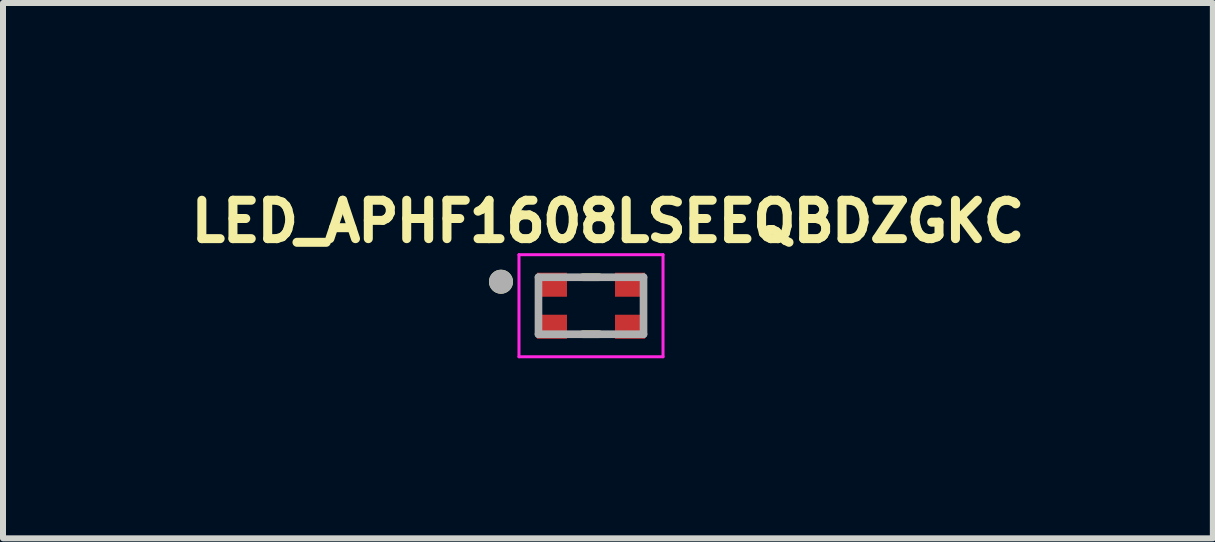
<source format=kicad_pcb>
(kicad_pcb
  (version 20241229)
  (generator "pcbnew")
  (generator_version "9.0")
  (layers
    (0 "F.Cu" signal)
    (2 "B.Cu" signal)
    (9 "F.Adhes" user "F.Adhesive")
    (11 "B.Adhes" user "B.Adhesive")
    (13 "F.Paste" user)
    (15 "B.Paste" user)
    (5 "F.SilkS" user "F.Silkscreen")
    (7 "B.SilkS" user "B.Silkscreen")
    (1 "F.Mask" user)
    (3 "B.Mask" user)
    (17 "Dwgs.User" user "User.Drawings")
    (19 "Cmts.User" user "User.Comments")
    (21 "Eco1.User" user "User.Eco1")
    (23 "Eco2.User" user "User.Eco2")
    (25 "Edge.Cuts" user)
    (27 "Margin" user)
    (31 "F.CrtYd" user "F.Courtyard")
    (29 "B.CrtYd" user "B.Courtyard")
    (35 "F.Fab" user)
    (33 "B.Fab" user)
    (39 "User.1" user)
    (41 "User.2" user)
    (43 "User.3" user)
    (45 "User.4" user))
  (footprint "LED_APHF1608LSEEQBDZGKC"
    (layer "F.Cu")
    (at 6.797 2.044)
    (property "Reference" "LED_APHF1608LSEEQBDZGKC" (at 0.282 -1.406 0) (layer "F.SilkS") (effects (font (size 0.64 0.64) (thickness 0.15))))
    (attr smd)
    (fp_line (start -0.137 -0.475) (end 0.137 -0.475) (stroke (width 0.127) (type solid)) (layer "F.SilkS"))
    (fp_line (start -0.137 0.475) (end 0.137 0.475) (stroke (width 0.127) (type solid)) (layer "F.SilkS"))
    (fp_circle (center -1.5 -0.4) (end -1.4 -0.4) (stroke (width 0.2) (type solid)) (fill no) (layer "F.SilkS"))
    (fp_line (start -1.2 -0.85) (end 1.2 -0.85) (stroke (width 0.05) (type solid)) (layer "F.CrtYd"))
    (fp_line (start -1.2 0.85) (end -1.2 -0.85) (stroke (width 0.05) (type solid)) (layer "F.CrtYd"))
    (fp_line (start 1.2 -0.85) (end 1.2 0.85) (stroke (width 0.05) (type solid)) (layer "F.CrtYd"))
    (fp_line (start 1.2 0.85) (end -1.2 0.85) (stroke (width 0.05) (type solid)) (layer "F.CrtYd"))
    (fp_line (start -0.875 -0.475) (end 0.875 -0.475) (stroke (width 0.127) (type solid)) (layer "F.Fab"))
    (fp_line (start -0.875 0.475) (end -0.875 -0.475) (stroke (width 0.127) (type solid)) (layer "F.Fab"))
    (fp_line (start 0.875 -0.475) (end 0.875 0.475) (stroke (width 0.127) (type solid)) (layer "F.Fab"))
    (fp_line (start 0.875 0.475) (end -0.875 0.475) (stroke (width 0.127) (type solid)) (layer "F.Fab"))
    (fp_circle (center -1.5 -0.4) (end -1.4 -0.4) (stroke (width 0.2) (type solid)) (fill no) (layer "F.Fab"))
    (pad "1" smd rect (at -0.65 -0.35) (size 0.5 0.4) (layers "F.Cu" "F.Mask" "F.Paste"))
    (pad "2" smd rect (at -0.65 0.35) (size 0.5 0.4) (layers "F.Cu" "F.Mask" "F.Paste"))
    (pad "3" smd rect (at 0.65 0.35) (size 0.5 0.4) (layers "F.Cu" "F.Mask" "F.Paste"))
    (pad "4" smd rect (at 0.65 -0.35) (size 0.5 0.4) (layers "F.Cu" "F.Mask" "F.Paste")))
  (gr_rect
    (start -3 -3)
    (end 17.158 5.919)
    (stroke (width 0.1) (type default))
    (fill no)
    (layer "Edge.Cuts")))
</source>
